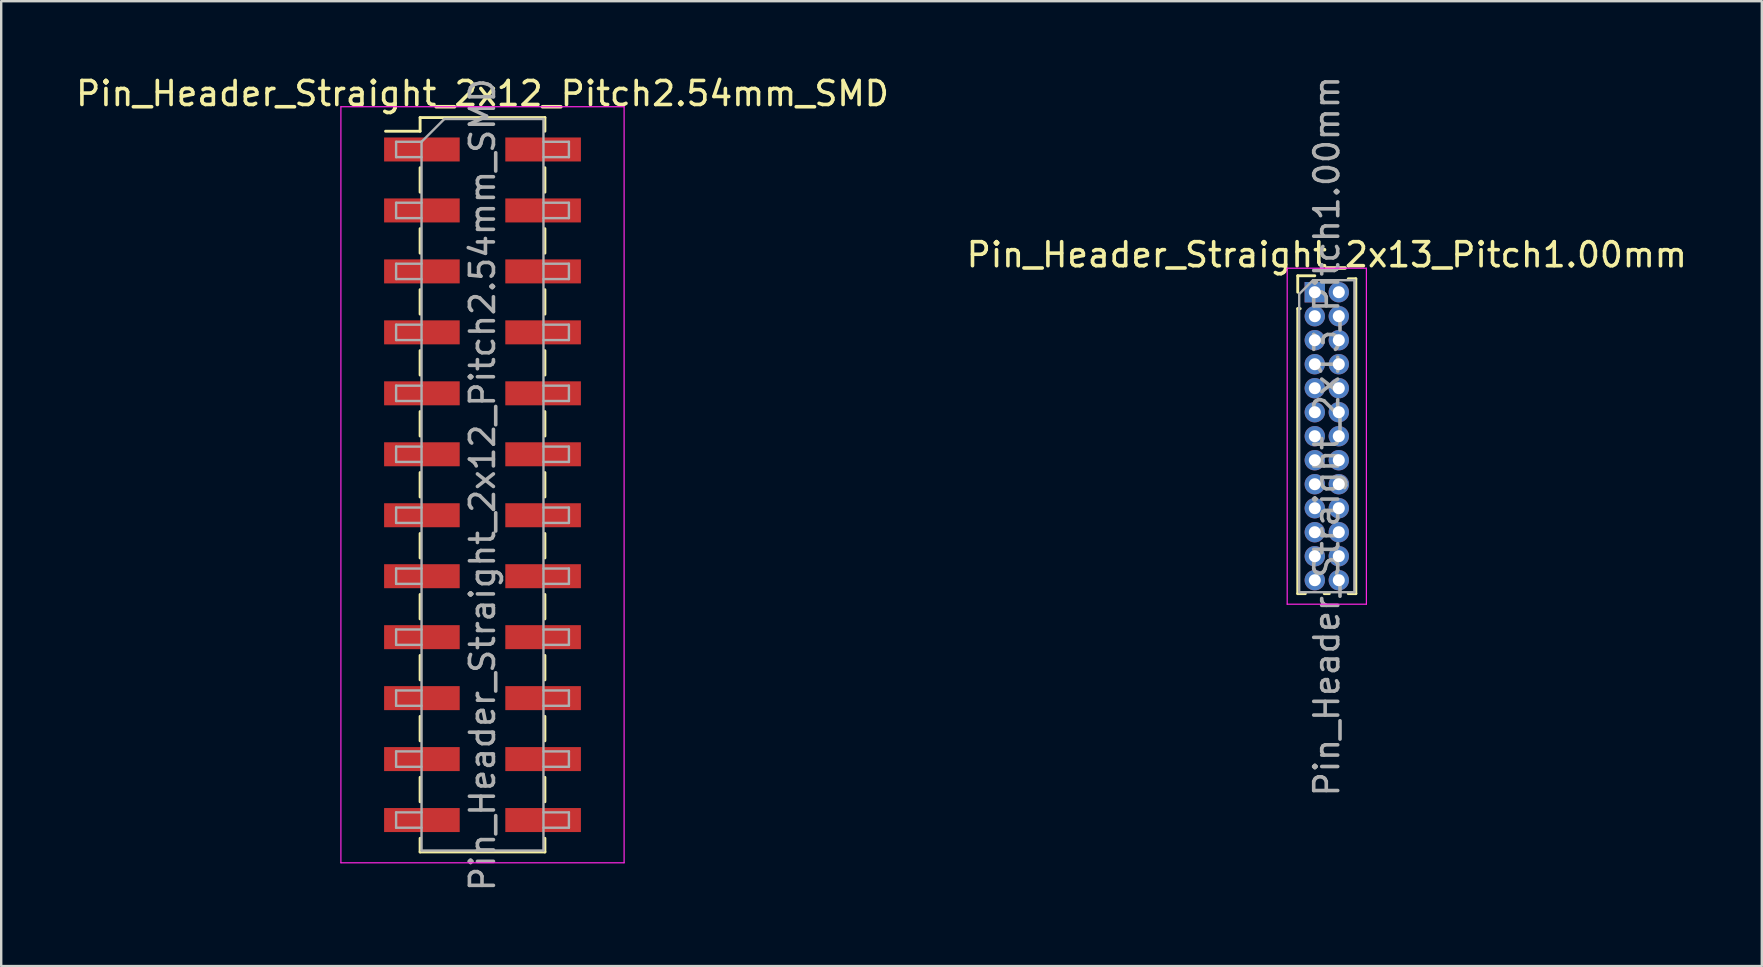
<source format=kicad_pcb>
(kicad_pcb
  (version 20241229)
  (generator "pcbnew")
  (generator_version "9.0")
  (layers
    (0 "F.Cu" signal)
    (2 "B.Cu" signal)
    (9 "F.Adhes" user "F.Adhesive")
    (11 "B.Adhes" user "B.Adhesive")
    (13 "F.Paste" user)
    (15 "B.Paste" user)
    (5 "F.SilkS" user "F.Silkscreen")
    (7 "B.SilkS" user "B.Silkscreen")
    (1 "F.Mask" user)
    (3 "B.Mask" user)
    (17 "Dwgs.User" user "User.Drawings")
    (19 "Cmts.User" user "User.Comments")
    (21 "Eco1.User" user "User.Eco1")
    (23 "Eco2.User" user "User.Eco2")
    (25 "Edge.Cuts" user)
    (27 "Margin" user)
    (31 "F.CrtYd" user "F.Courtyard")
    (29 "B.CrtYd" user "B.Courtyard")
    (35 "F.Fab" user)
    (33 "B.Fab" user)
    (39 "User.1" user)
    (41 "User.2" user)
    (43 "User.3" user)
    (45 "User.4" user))
  (footprint "Pin_Header_Straight_2x13_Pitch1.00mm"
    (layer "F.Cu")
    (at 51.732 9.125)
    (property "Reference" "Pin_Header_Straight_2x13_Pitch1.00mm" (at 0.5 -1.56 0) (layer "F.SilkS") (effects (font (size 1 1) (thickness 0.15))))
    (attr through_hole)
    (fp_line (start -0.71 -0.685) (end 0 -0.685) (stroke (width 0.12) (type solid)) (layer "F.SilkS"))
    (fp_line (start -0.71 0) (end -0.71 -0.685) (stroke (width 0.12) (type solid)) (layer "F.SilkS"))
    (fp_line (start -0.71 0.685) (end -0.71 12.56) (stroke (width 0.12) (type solid)) (layer "F.SilkS"))
    (fp_line (start -0.71 0.685) (end -0.608 0.685) (stroke (width 0.12) (type solid)) (layer "F.SilkS"))
    (fp_line (start -0.71 12.56) (end -0.394 12.56) (stroke (width 0.12) (type solid)) (layer "F.SilkS"))
    (fp_line (start 0.394 12.56) (end 0.606 12.56) (stroke (width 0.12) (type solid)) (layer "F.SilkS"))
    (fp_line (start 1.394 -0.56) (end 1.71 -0.56) (stroke (width 0.12) (type solid)) (layer "F.SilkS"))
    (fp_line (start 1.394 12.56) (end 1.71 12.56) (stroke (width 0.12) (type solid)) (layer "F.SilkS"))
    (fp_line (start 1.71 -0.56) (end 1.71 12.56) (stroke (width 0.12) (type solid)) (layer "F.SilkS"))
    (fp_line (start -1.15 -1) (end -1.15 13) (stroke (width 0.05) (type solid)) (layer "F.CrtYd"))
    (fp_line (start -1.15 13) (end 2.15 13) (stroke (width 0.05) (type solid)) (layer "F.CrtYd"))
    (fp_line (start 2.15 -1) (end -1.15 -1) (stroke (width 0.05) (type solid)) (layer "F.CrtYd"))
    (fp_line (start 2.15 13) (end 2.15 -1) (stroke (width 0.05) (type solid)) (layer "F.CrtYd"))
    (fp_line (start -0.65 0.075) (end -0.075 -0.5) (stroke (width 0.1) (type solid)) (layer "F.Fab"))
    (fp_line (start -0.65 12.5) (end -0.65 0.075) (stroke (width 0.1) (type solid)) (layer "F.Fab"))
    (fp_line (start -0.075 -0.5) (end 1.65 -0.5) (stroke (width 0.1) (type solid)) (layer "F.Fab"))
    (fp_line (start 1.65 -0.5) (end 1.65 12.5) (stroke (width 0.1) (type solid)) (layer "F.Fab"))
    (fp_line (start 1.65 12.5) (end -0.65 12.5) (stroke (width 0.1) (type solid)) (layer "F.Fab"))
    (fp_text user "${REFERENCE}" (at 0.5 6 90) (layer "F.Fab") (effects (font (size 1 1) (thickness 0.15))))
    (pad "1" thru_hole rect (at 0 0) (size 0.85 0.85) (drill 0.5) (layers "*.Cu" "*.Mask"))
    (pad "2" thru_hole oval (at 1 0) (size 0.85 0.85) (drill 0.5) (layers "*.Cu" "*.Mask"))
    (pad "3" thru_hole oval (at 0 1) (size 0.85 0.85) (drill 0.5) (layers "*.Cu" "*.Mask"))
    (pad "4" thru_hole oval (at 1 1) (size 0.85 0.85) (drill 0.5) (layers "*.Cu" "*.Mask"))
    (pad "5" thru_hole oval (at 0 2) (size 0.85 0.85) (drill 0.5) (layers "*.Cu" "*.Mask"))
    (pad "6" thru_hole oval (at 1 2) (size 0.85 0.85) (drill 0.5) (layers "*.Cu" "*.Mask"))
    (pad "7" thru_hole oval (at 0 3) (size 0.85 0.85) (drill 0.5) (layers "*.Cu" "*.Mask"))
    (pad "8" thru_hole oval (at 1 3) (size 0.85 0.85) (drill 0.5) (layers "*.Cu" "*.Mask"))
    (pad "9" thru_hole oval (at 0 4) (size 0.85 0.85) (drill 0.5) (layers "*.Cu" "*.Mask"))
    (pad "10" thru_hole oval (at 1 4) (size 0.85 0.85) (drill 0.5) (layers "*.Cu" "*.Mask"))
    (pad "11" thru_hole oval (at 0 5) (size 0.85 0.85) (drill 0.5) (layers "*.Cu" "*.Mask"))
    (pad "12" thru_hole oval (at 1 5) (size 0.85 0.85) (drill 0.5) (layers "*.Cu" "*.Mask"))
    (pad "13" thru_hole oval (at 0 6) (size 0.85 0.85) (drill 0.5) (layers "*.Cu" "*.Mask"))
    (pad "14" thru_hole oval (at 1 6) (size 0.85 0.85) (drill 0.5) (layers "*.Cu" "*.Mask"))
    (pad "15" thru_hole oval (at 0 7) (size 0.85 0.85) (drill 0.5) (layers "*.Cu" "*.Mask"))
    (pad "16" thru_hole oval (at 1 7) (size 0.85 0.85) (drill 0.5) (layers "*.Cu" "*.Mask"))
    (pad "17" thru_hole oval (at 0 8) (size 0.85 0.85) (drill 0.5) (layers "*.Cu" "*.Mask"))
    (pad "18" thru_hole oval (at 1 8) (size 0.85 0.85) (drill 0.5) (layers "*.Cu" "*.Mask"))
    (pad "19" thru_hole oval (at 0 9) (size 0.85 0.85) (drill 0.5) (layers "*.Cu" "*.Mask"))
    (pad "20" thru_hole oval (at 1 9) (size 0.85 0.85) (drill 0.5) (layers "*.Cu" "*.Mask"))
    (pad "21" thru_hole oval (at 0 10) (size 0.85 0.85) (drill 0.5) (layers "*.Cu" "*.Mask"))
    (pad "22" thru_hole oval (at 1 10) (size 0.85 0.85) (drill 0.5) (layers "*.Cu" "*.Mask"))
    (pad "23" thru_hole oval (at 0 11) (size 0.85 0.85) (drill 0.5) (layers "*.Cu" "*.Mask"))
    (pad "24" thru_hole oval (at 1 11) (size 0.85 0.85) (drill 0.5) (layers "*.Cu" "*.Mask"))
    (pad "25" thru_hole oval (at 0 12) (size 0.85 0.85) (drill 0.5) (layers "*.Cu" "*.Mask"))
    (pad "26" thru_hole oval (at 1 12) (size 0.85 0.85) (drill 0.5) (layers "*.Cu" "*.Mask")))
  (footprint "Pin_Header_Straight_2x12_Pitch2.54mm_SMD"
    (layer "F.Cu")
    (at 17.054 17.148)
    (property "Reference" "Pin_Header_Straight_2x12_Pitch2.54mm_SMD" (at 0 -16.3 0) (layer "F.SilkS") (effects (font (size 1 1) (thickness 0.15))))
    (attr smd)
    (fp_line (start -4.04 -14.73) (end -2.6 -14.73) (stroke (width 0.12) (type solid)) (layer "F.SilkS"))
    (fp_line (start -2.6 -15.3) (end -2.6 -14.73) (stroke (width 0.12) (type solid)) (layer "F.SilkS"))
    (fp_line (start -2.6 -15.3) (end 2.6 -15.3) (stroke (width 0.12) (type solid)) (layer "F.SilkS"))
    (fp_line (start -2.6 -13.21) (end -2.6 -12.19) (stroke (width 0.12) (type solid)) (layer "F.SilkS"))
    (fp_line (start -2.6 -10.67) (end -2.6 -9.65) (stroke (width 0.12) (type solid)) (layer "F.SilkS"))
    (fp_line (start -2.6 -8.13) (end -2.6 -7.11) (stroke (width 0.12) (type solid)) (layer "F.SilkS"))
    (fp_line (start -2.6 -5.59) (end -2.6 -4.57) (stroke (width 0.12) (type solid)) (layer "F.SilkS"))
    (fp_line (start -2.6 -3.05) (end -2.6 -2.03) (stroke (width 0.12) (type solid)) (layer "F.SilkS"))
    (fp_line (start -2.6 -0.51) (end -2.6 0.51) (stroke (width 0.12) (type solid)) (layer "F.SilkS"))
    (fp_line (start -2.6 2.03) (end -2.6 3.05) (stroke (width 0.12) (type solid)) (layer "F.SilkS"))
    (fp_line (start -2.6 4.57) (end -2.6 5.59) (stroke (width 0.12) (type solid)) (layer "F.SilkS"))
    (fp_line (start -2.6 7.11) (end -2.6 8.13) (stroke (width 0.12) (type solid)) (layer "F.SilkS"))
    (fp_line (start -2.6 9.65) (end -2.6 10.67) (stroke (width 0.12) (type solid)) (layer "F.SilkS"))
    (fp_line (start -2.6 12.19) (end -2.6 13.21) (stroke (width 0.12) (type solid)) (layer "F.SilkS"))
    (fp_line (start -2.6 14.73) (end -2.6 15.3) (stroke (width 0.12) (type solid)) (layer "F.SilkS"))
    (fp_line (start -2.6 15.3) (end 2.6 15.3) (stroke (width 0.12) (type solid)) (layer "F.SilkS"))
    (fp_line (start 2.6 -15.3) (end 2.6 -14.73) (stroke (width 0.12) (type solid)) (layer "F.SilkS"))
    (fp_line (start 2.6 -13.21) (end 2.6 -12.19) (stroke (width 0.12) (type solid)) (layer "F.SilkS"))
    (fp_line (start 2.6 -10.67) (end 2.6 -9.65) (stroke (width 0.12) (type solid)) (layer "F.SilkS"))
    (fp_line (start 2.6 -8.13) (end 2.6 -7.11) (stroke (width 0.12) (type solid)) (layer "F.SilkS"))
    (fp_line (start 2.6 -5.59) (end 2.6 -4.57) (stroke (width 0.12) (type solid)) (layer "F.SilkS"))
    (fp_line (start 2.6 -3.05) (end 2.6 -2.03) (stroke (width 0.12) (type solid)) (layer "F.SilkS"))
    (fp_line (start 2.6 -0.51) (end 2.6 0.51) (stroke (width 0.12) (type solid)) (layer "F.SilkS"))
    (fp_line (start 2.6 2.03) (end 2.6 3.05) (stroke (width 0.12) (type solid)) (layer "F.SilkS"))
    (fp_line (start 2.6 4.57) (end 2.6 5.59) (stroke (width 0.12) (type solid)) (layer "F.SilkS"))
    (fp_line (start 2.6 7.11) (end 2.6 8.13) (stroke (width 0.12) (type solid)) (layer "F.SilkS"))
    (fp_line (start 2.6 9.65) (end 2.6 10.67) (stroke (width 0.12) (type solid)) (layer "F.SilkS"))
    (fp_line (start 2.6 12.19) (end 2.6 13.21) (stroke (width 0.12) (type solid)) (layer "F.SilkS"))
    (fp_line (start 2.6 14.73) (end 2.6 15.3) (stroke (width 0.12) (type solid)) (layer "F.SilkS"))
    (fp_line (start -5.9 -15.75) (end -5.9 15.75) (stroke (width 0.05) (type solid)) (layer "F.CrtYd"))
    (fp_line (start -5.9 15.75) (end 5.9 15.75) (stroke (width 0.05) (type solid)) (layer "F.CrtYd"))
    (fp_line (start 5.9 -15.75) (end -5.9 -15.75) (stroke (width 0.05) (type solid)) (layer "F.CrtYd"))
    (fp_line (start 5.9 15.75) (end 5.9 -15.75) (stroke (width 0.05) (type solid)) (layer "F.CrtYd"))
    (fp_line (start -3.6 -14.29) (end -3.6 -13.65) (stroke (width 0.1) (type solid)) (layer "F.Fab"))
    (fp_line (start -3.6 -13.65) (end -2.54 -13.65) (stroke (width 0.1) (type solid)) (layer "F.Fab"))
    (fp_line (start -3.6 -11.75) (end -3.6 -11.11) (stroke (width 0.1) (type solid)) (layer "F.Fab"))
    (fp_line (start -3.6 -11.11) (end -2.54 -11.11) (stroke (width 0.1) (type solid)) (layer "F.Fab"))
    (fp_line (start -3.6 -9.21) (end -3.6 -8.57) (stroke (width 0.1) (type solid)) (layer "F.Fab"))
    (fp_line (start -3.6 -8.57) (end -2.54 -8.57) (stroke (width 0.1) (type solid)) (layer "F.Fab"))
    (fp_line (start -3.6 -6.67) (end -3.6 -6.03) (stroke (width 0.1) (type solid)) (layer "F.Fab"))
    (fp_line (start -3.6 -6.03) (end -2.54 -6.03) (stroke (width 0.1) (type solid)) (layer "F.Fab"))
    (fp_line (start -3.6 -4.13) (end -3.6 -3.49) (stroke (width 0.1) (type solid)) (layer "F.Fab"))
    (fp_line (start -3.6 -3.49) (end -2.54 -3.49) (stroke (width 0.1) (type solid)) (layer "F.Fab"))
    (fp_line (start -3.6 -1.59) (end -3.6 -0.95) (stroke (width 0.1) (type solid)) (layer "F.Fab"))
    (fp_line (start -3.6 -0.95) (end -2.54 -0.95) (stroke (width 0.1) (type solid)) (layer "F.Fab"))
    (fp_line (start -3.6 0.95) (end -3.6 1.59) (stroke (width 0.1) (type solid)) (layer "F.Fab"))
    (fp_line (start -3.6 1.59) (end -2.54 1.59) (stroke (width 0.1) (type solid)) (layer "F.Fab"))
    (fp_line (start -3.6 3.49) (end -3.6 4.13) (stroke (width 0.1) (type solid)) (layer "F.Fab"))
    (fp_line (start -3.6 4.13) (end -2.54 4.13) (stroke (width 0.1) (type solid)) (layer "F.Fab"))
    (fp_line (start -3.6 6.03) (end -3.6 6.67) (stroke (width 0.1) (type solid)) (layer "F.Fab"))
    (fp_line (start -3.6 6.67) (end -2.54 6.67) (stroke (width 0.1) (type solid)) (layer "F.Fab"))
    (fp_line (start -3.6 8.57) (end -3.6 9.21) (stroke (width 0.1) (type solid)) (layer "F.Fab"))
    (fp_line (start -3.6 9.21) (end -2.54 9.21) (stroke (width 0.1) (type solid)) (layer "F.Fab"))
    (fp_line (start -3.6 11.11) (end -3.6 11.75) (stroke (width 0.1) (type solid)) (layer "F.Fab"))
    (fp_line (start -3.6 11.75) (end -2.54 11.75) (stroke (width 0.1) (type solid)) (layer "F.Fab"))
    (fp_line (start -3.6 13.65) (end -3.6 14.29) (stroke (width 0.1) (type solid)) (layer "F.Fab"))
    (fp_line (start -3.6 14.29) (end -2.54 14.29) (stroke (width 0.1) (type solid)) (layer "F.Fab"))
    (fp_line (start -2.54 -14.29) (end -3.6 -14.29) (stroke (width 0.1) (type solid)) (layer "F.Fab"))
    (fp_line (start -2.54 -14.29) (end -1.59 -15.24) (stroke (width 0.1) (type solid)) (layer "F.Fab"))
    (fp_line (start -2.54 -11.75) (end -3.6 -11.75) (stroke (width 0.1) (type solid)) (layer "F.Fab"))
    (fp_line (start -2.54 -9.21) (end -3.6 -9.21) (stroke (width 0.1) (type solid)) (layer "F.Fab"))
    (fp_line (start -2.54 -6.67) (end -3.6 -6.67) (stroke (width 0.1) (type solid)) (layer "F.Fab"))
    (fp_line (start -2.54 -4.13) (end -3.6 -4.13) (stroke (width 0.1) (type solid)) (layer "F.Fab"))
    (fp_line (start -2.54 -1.59) (end -3.6 -1.59) (stroke (width 0.1) (type solid)) (layer "F.Fab"))
    (fp_line (start -2.54 0.95) (end -3.6 0.95) (stroke (width 0.1) (type solid)) (layer "F.Fab"))
    (fp_line (start -2.54 3.49) (end -3.6 3.49) (stroke (width 0.1) (type solid)) (layer "F.Fab"))
    (fp_line (start -2.54 6.03) (end -3.6 6.03) (stroke (width 0.1) (type solid)) (layer "F.Fab"))
    (fp_line (start -2.54 8.57) (end -3.6 8.57) (stroke (width 0.1) (type solid)) (layer "F.Fab"))
    (fp_line (start -2.54 11.11) (end -3.6 11.11) (stroke (width 0.1) (type solid)) (layer "F.Fab"))
    (fp_line (start -2.54 13.65) (end -3.6 13.65) (stroke (width 0.1) (type solid)) (layer "F.Fab"))
    (fp_line (start -2.54 15.24) (end -2.54 -14.29) (stroke (width 0.1) (type solid)) (layer "F.Fab"))
    (fp_line (start -1.59 -15.24) (end 2.54 -15.24) (stroke (width 0.1) (type solid)) (layer "F.Fab"))
    (fp_line (start 2.54 -15.24) (end 2.54 15.24) (stroke (width 0.1) (type solid)) (layer "F.Fab"))
    (fp_line (start 2.54 -14.29) (end 3.6 -14.29) (stroke (width 0.1) (type solid)) (layer "F.Fab"))
    (fp_line (start 2.54 -11.75) (end 3.6 -11.75) (stroke (width 0.1) (type solid)) (layer "F.Fab"))
    (fp_line (start 2.54 -9.21) (end 3.6 -9.21) (stroke (width 0.1) (type solid)) (layer "F.Fab"))
    (fp_line (start 2.54 -6.67) (end 3.6 -6.67) (stroke (width 0.1) (type solid)) (layer "F.Fab"))
    (fp_line (start 2.54 -4.13) (end 3.6 -4.13) (stroke (width 0.1) (type solid)) (layer "F.Fab"))
    (fp_line (start 2.54 -1.59) (end 3.6 -1.59) (stroke (width 0.1) (type solid)) (layer "F.Fab"))
    (fp_line (start 2.54 0.95) (end 3.6 0.95) (stroke (width 0.1) (type solid)) (layer "F.Fab"))
    (fp_line (start 2.54 3.49) (end 3.6 3.49) (stroke (width 0.1) (type solid)) (layer "F.Fab"))
    (fp_line (start 2.54 6.03) (end 3.6 6.03) (stroke (width 0.1) (type solid)) (layer "F.Fab"))
    (fp_line (start 2.54 8.57) (end 3.6 8.57) (stroke (width 0.1) (type solid)) (layer "F.Fab"))
    (fp_line (start 2.54 11.11) (end 3.6 11.11) (stroke (width 0.1) (type solid)) (layer "F.Fab"))
    (fp_line (start 2.54 13.65) (end 3.6 13.65) (stroke (width 0.1) (type solid)) (layer "F.Fab"))
    (fp_line (start 2.54 15.24) (end -2.54 15.24) (stroke (width 0.1) (type solid)) (layer "F.Fab"))
    (fp_line (start 3.6 -14.29) (end 3.6 -13.65) (stroke (width 0.1) (type solid)) (layer "F.Fab"))
    (fp_line (start 3.6 -13.65) (end 2.54 -13.65) (stroke (width 0.1) (type solid)) (layer "F.Fab"))
    (fp_line (start 3.6 -11.75) (end 3.6 -11.11) (stroke (width 0.1) (type solid)) (layer "F.Fab"))
    (fp_line (start 3.6 -11.11) (end 2.54 -11.11) (stroke (width 0.1) (type solid)) (layer "F.Fab"))
    (fp_line (start 3.6 -9.21) (end 3.6 -8.57) (stroke (width 0.1) (type solid)) (layer "F.Fab"))
    (fp_line (start 3.6 -8.57) (end 2.54 -8.57) (stroke (width 0.1) (type solid)) (layer "F.Fab"))
    (fp_line (start 3.6 -6.67) (end 3.6 -6.03) (stroke (width 0.1) (type solid)) (layer "F.Fab"))
    (fp_line (start 3.6 -6.03) (end 2.54 -6.03) (stroke (width 0.1) (type solid)) (layer "F.Fab"))
    (fp_line (start 3.6 -4.13) (end 3.6 -3.49) (stroke (width 0.1) (type solid)) (layer "F.Fab"))
    (fp_line (start 3.6 -3.49) (end 2.54 -3.49) (stroke (width 0.1) (type solid)) (layer "F.Fab"))
    (fp_line (start 3.6 -1.59) (end 3.6 -0.95) (stroke (width 0.1) (type solid)) (layer "F.Fab"))
    (fp_line (start 3.6 -0.95) (end 2.54 -0.95) (stroke (width 0.1) (type solid)) (layer "F.Fab"))
    (fp_line (start 3.6 0.95) (end 3.6 1.59) (stroke (width 0.1) (type solid)) (layer "F.Fab"))
    (fp_line (start 3.6 1.59) (end 2.54 1.59) (stroke (width 0.1) (type solid)) (layer "F.Fab"))
    (fp_line (start 3.6 3.49) (end 3.6 4.13) (stroke (width 0.1) (type solid)) (layer "F.Fab"))
    (fp_line (start 3.6 4.13) (end 2.54 4.13) (stroke (width 0.1) (type solid)) (layer "F.Fab"))
    (fp_line (start 3.6 6.03) (end 3.6 6.67) (stroke (width 0.1) (type solid)) (layer "F.Fab"))
    (fp_line (start 3.6 6.67) (end 2.54 6.67) (stroke (width 0.1) (type solid)) (layer "F.Fab"))
    (fp_line (start 3.6 8.57) (end 3.6 9.21) (stroke (width 0.1) (type solid)) (layer "F.Fab"))
    (fp_line (start 3.6 9.21) (end 2.54 9.21) (stroke (width 0.1) (type solid)) (layer "F.Fab"))
    (fp_line (start 3.6 11.11) (end 3.6 11.75) (stroke (width 0.1) (type solid)) (layer "F.Fab"))
    (fp_line (start 3.6 11.75) (end 2.54 11.75) (stroke (width 0.1) (type solid)) (layer "F.Fab"))
    (fp_line (start 3.6 13.65) (end 3.6 14.29) (stroke (width 0.1) (type solid)) (layer "F.Fab"))
    (fp_line (start 3.6 14.29) (end 2.54 14.29) (stroke (width 0.1) (type solid)) (layer "F.Fab"))
    (fp_text user "${REFERENCE}" (at 0 0 90) (layer "F.Fab") (effects (font (size 1 1) (thickness 0.15))))
    (pad "1" smd rect (at -2.525 -13.97) (size 3.15 1) (layers "F.Cu" "F.Mask" "F.Paste"))
    (pad "2" smd rect (at 2.525 -13.97) (size 3.15 1) (layers "F.Cu" "F.Mask" "F.Paste"))
    (pad "3" smd rect (at -2.525 -11.43) (size 3.15 1) (layers "F.Cu" "F.Mask" "F.Paste"))
    (pad "4" smd rect (at 2.525 -11.43) (size 3.15 1) (layers "F.Cu" "F.Mask" "F.Paste"))
    (pad "5" smd rect (at -2.525 -8.89) (size 3.15 1) (layers "F.Cu" "F.Mask" "F.Paste"))
    (pad "6" smd rect (at 2.525 -8.89) (size 3.15 1) (layers "F.Cu" "F.Mask" "F.Paste"))
    (pad "7" smd rect (at -2.525 -6.35) (size 3.15 1) (layers "F.Cu" "F.Mask" "F.Paste"))
    (pad "8" smd rect (at 2.525 -6.35) (size 3.15 1) (layers "F.Cu" "F.Mask" "F.Paste"))
    (pad "9" smd rect (at -2.525 -3.81) (size 3.15 1) (layers "F.Cu" "F.Mask" "F.Paste"))
    (pad "10" smd rect (at 2.525 -3.81) (size 3.15 1) (layers "F.Cu" "F.Mask" "F.Paste"))
    (pad "11" smd rect (at -2.525 -1.27) (size 3.15 1) (layers "F.Cu" "F.Mask" "F.Paste"))
    (pad "12" smd rect (at 2.525 -1.27) (size 3.15 1) (layers "F.Cu" "F.Mask" "F.Paste"))
    (pad "13" smd rect (at -2.525 1.27) (size 3.15 1) (layers "F.Cu" "F.Mask" "F.Paste"))
    (pad "14" smd rect (at 2.525 1.27) (size 3.15 1) (layers "F.Cu" "F.Mask" "F.Paste"))
    (pad "15" smd rect (at -2.525 3.81) (size 3.15 1) (layers "F.Cu" "F.Mask" "F.Paste"))
    (pad "16" smd rect (at 2.525 3.81) (size 3.15 1) (layers "F.Cu" "F.Mask" "F.Paste"))
    (pad "17" smd rect (at -2.525 6.35) (size 3.15 1) (layers "F.Cu" "F.Mask" "F.Paste"))
    (pad "18" smd rect (at 2.525 6.35) (size 3.15 1) (layers "F.Cu" "F.Mask" "F.Paste"))
    (pad "19" smd rect (at -2.525 8.89) (size 3.15 1) (layers "F.Cu" "F.Mask" "F.Paste"))
    (pad "20" smd rect (at 2.525 8.89) (size 3.15 1) (layers "F.Cu" "F.Mask" "F.Paste"))
    (pad "21" smd rect (at -2.525 11.43) (size 3.15 1) (layers "F.Cu" "F.Mask" "F.Paste"))
    (pad "22" smd rect (at 2.525 11.43) (size 3.15 1) (layers "F.Cu" "F.Mask" "F.Paste"))
    (pad "23" smd rect (at -2.525 13.97) (size 3.15 1) (layers "F.Cu" "F.Mask" "F.Paste"))
    (pad "24" smd rect (at 2.525 13.97) (size 3.15 1) (layers "F.Cu" "F.Mask" "F.Paste")))
  (gr_rect
    (start -3 -3)
    (end 70.357 37.202)
    (stroke (width 0.1) (type default))
    (fill no)
    (layer "Edge.Cuts")))
</source>
